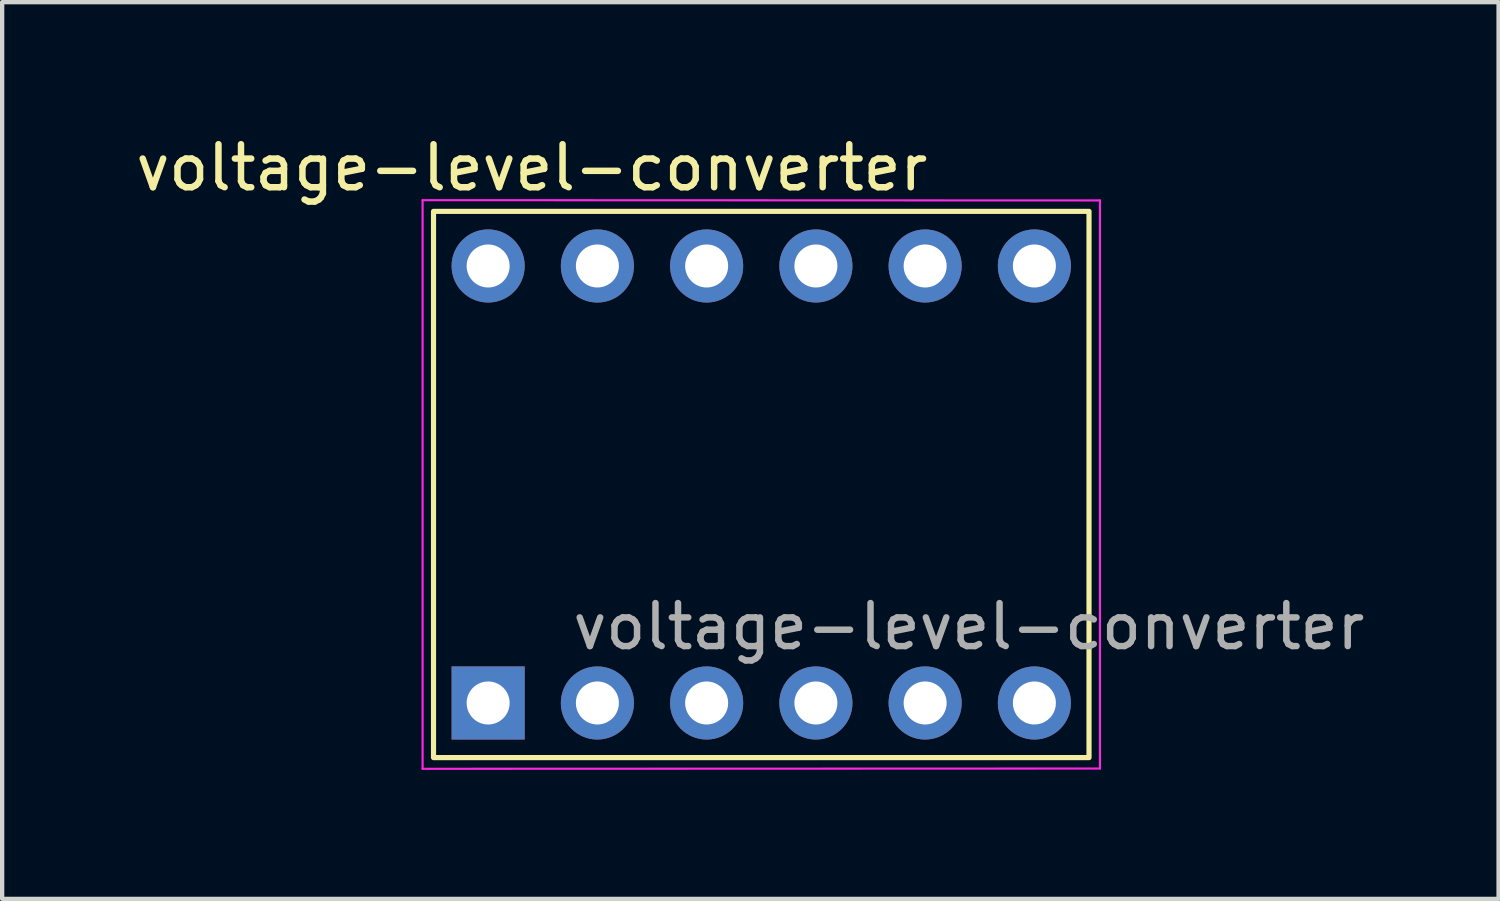
<source format=kicad_pcb>
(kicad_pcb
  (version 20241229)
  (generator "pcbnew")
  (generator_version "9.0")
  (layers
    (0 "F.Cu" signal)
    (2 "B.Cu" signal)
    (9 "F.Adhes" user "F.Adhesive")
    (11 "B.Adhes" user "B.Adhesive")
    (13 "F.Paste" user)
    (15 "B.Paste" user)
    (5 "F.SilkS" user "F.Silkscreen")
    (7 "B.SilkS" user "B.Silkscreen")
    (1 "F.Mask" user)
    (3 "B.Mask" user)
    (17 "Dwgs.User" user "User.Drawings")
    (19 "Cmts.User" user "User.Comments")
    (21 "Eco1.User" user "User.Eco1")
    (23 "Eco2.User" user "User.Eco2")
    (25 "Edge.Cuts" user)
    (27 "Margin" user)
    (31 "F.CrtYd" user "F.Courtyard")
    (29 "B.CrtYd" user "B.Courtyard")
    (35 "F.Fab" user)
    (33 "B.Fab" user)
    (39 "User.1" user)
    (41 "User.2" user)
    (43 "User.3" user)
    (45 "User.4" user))
  (footprint "voltage-level-converter"
    (layer "F.Cu")
    (at 8.299 13.294)
    (property "Reference" "voltage-level-converter" (at 1.016 -12.446 0) (layer "F.SilkS") (effects (font (size 1 1) (thickness 0.15))))
    (attr through_hole)
    (fp_rect (start -1.27 -11.43) (end 13.97 1.27) (stroke (width 0.12) (type solid)) (fill no) (layer "F.SilkS"))
    (fp_line (start -1.524 -11.69) (end -1.524 1.53) (stroke (width 0.05) (type solid)) (layer "F.CrtYd"))
    (fp_line (start -1.524 1.53) (end 14.224 1.524) (stroke (width 0.05) (type solid)) (layer "F.CrtYd"))
    (fp_line (start 14.224 -11.684) (end -1.524 -11.69) (stroke (width 0.05) (type solid)) (layer "F.CrtYd"))
    (fp_line (start 14.224 1.524) (end 14.224 -11.684) (stroke (width 0.05) (type solid)) (layer "F.CrtYd"))
    (fp_text user "${REFERENCE}" (at 11.176 -1.778 180) (layer "F.Fab") (effects (font (size 1 1) (thickness 0.15))))
    (pad "1" thru_hole rect (at 0 0) (size 1.7 1.7) (drill 1) (layers "*.Cu" "*.Mask"))
    (pad "2" thru_hole oval (at 2.54 0) (size 1.7 1.7) (drill 1) (layers "*.Cu" "*.Mask"))
    (pad "3" thru_hole oval (at 5.08 0) (size 1.7 1.7) (drill 1) (layers "*.Cu" "*.Mask"))
    (pad "4" thru_hole oval (at 7.62 0) (size 1.7 1.7) (drill 1) (layers "*.Cu" "*.Mask"))
    (pad "5" thru_hole oval (at 10.16 0) (size 1.7 1.7) (drill 1) (layers "*.Cu" "*.Mask"))
    (pad "6" thru_hole oval (at 12.7 0) (size 1.7 1.7) (drill 1) (layers "*.Cu" "*.Mask"))
    (pad "7" thru_hole oval (at 12.7 -10.16) (size 1.7 1.7) (drill 1) (layers "*.Cu" "*.Mask"))
    (pad "8" thru_hole oval (at 10.16 -10.16) (size 1.7 1.7) (drill 1) (layers "*.Cu" "*.Mask"))
    (pad "9" thru_hole oval (at 7.62 -10.16) (size 1.7 1.7) (drill 1) (layers "*.Cu" "*.Mask"))
    (pad "10" thru_hole oval (at 5.08 -10.16) (size 1.7 1.7) (drill 1) (layers "*.Cu" "*.Mask"))
    (pad "11" thru_hole oval (at 2.54 -10.16) (size 1.7 1.7) (drill 1) (layers "*.Cu" "*.Mask"))
    (pad "12" thru_hole oval (at 0 -10.16) (size 1.7 1.7) (drill 1) (layers "*.Cu" "*.Mask")))
  (gr_rect
    (start -3 -3)
    (end 31.791 17.849)
    (stroke (width 0.1) (type default))
    (fill no)
    (layer "Edge.Cuts")))
</source>
